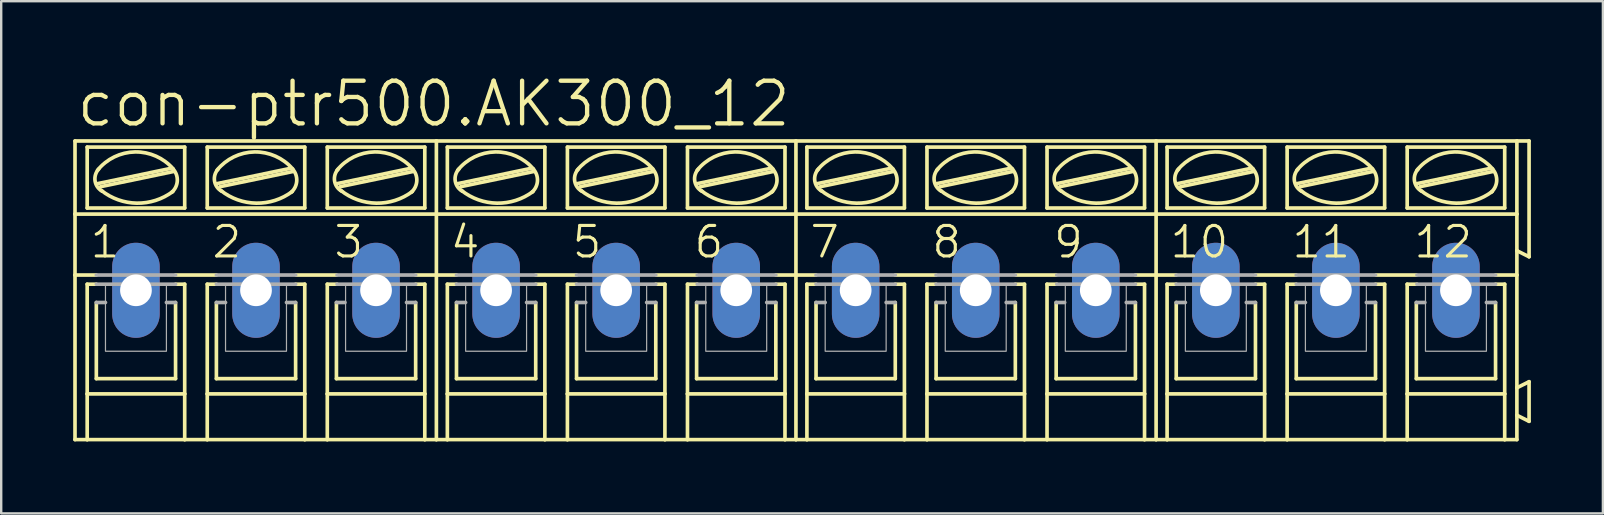
<source format=kicad_pcb>
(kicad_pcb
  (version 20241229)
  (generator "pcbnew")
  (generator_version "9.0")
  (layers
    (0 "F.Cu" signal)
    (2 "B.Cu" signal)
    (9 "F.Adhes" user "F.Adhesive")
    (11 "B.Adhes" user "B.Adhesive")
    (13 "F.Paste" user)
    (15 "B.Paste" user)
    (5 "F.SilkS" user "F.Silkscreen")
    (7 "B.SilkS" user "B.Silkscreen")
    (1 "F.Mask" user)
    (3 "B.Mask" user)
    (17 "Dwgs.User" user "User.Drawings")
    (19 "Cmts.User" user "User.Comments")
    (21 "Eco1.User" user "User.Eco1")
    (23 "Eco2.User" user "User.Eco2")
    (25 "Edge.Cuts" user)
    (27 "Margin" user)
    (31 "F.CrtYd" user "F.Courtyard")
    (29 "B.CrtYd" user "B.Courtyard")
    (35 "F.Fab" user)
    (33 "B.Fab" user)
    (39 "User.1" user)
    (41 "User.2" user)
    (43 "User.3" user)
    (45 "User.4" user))
  (footprint "con-ptr500.AK300_12"
    (layer "F.Cu")
    (at 30.124 9.049)
    (property "Reference" "con-ptr500.AK300_12" (at -30.074 -6.731 0) (layer "F.SilkS") (effects (font (size 1.778 1.778) (thickness 0.18)) (justify left bottom)))
    (attr through_hole)
    (fp_line (start -30.048 -3.175) (end -30.048 -6.223) (stroke (width 0.152) (type default)) (layer "F.SilkS"))
    (fp_line (start -30.048 -3.175) (end -14.986 -3.175) (stroke (width 0.152) (type default)) (layer "F.SilkS"))
    (fp_line (start -30.048 -0.635) (end -30.048 -3.175) (stroke (width 0.152) (type default)) (layer "F.SilkS"))
    (fp_line (start -30.048 -0.635) (end -29.159 -0.635) (stroke (width 0.152) (type default)) (layer "F.SilkS"))
    (fp_line (start -30.048 6.223) (end -30.048 -0.635) (stroke (width 0.152) (type default)) (layer "F.SilkS"))
    (fp_line (start -30.048 6.223) (end -29.54 6.223) (stroke (width 0.152) (type default)) (layer "F.SilkS"))
    (fp_line (start -29.54 -3.429) (end -29.54 -5.969) (stroke (width 0.152) (type default)) (layer "F.SilkS"))
    (fp_line (start -29.54 -0.254) (end -29.54 4.318) (stroke (width 0.152) (type default)) (layer "F.SilkS"))
    (fp_line (start -29.54 -0.254) (end -29.159 -0.254) (stroke (width 0.152) (type default)) (layer "F.SilkS"))
    (fp_line (start -29.54 4.318) (end -29.54 6.223) (stroke (width 0.152) (type default)) (layer "F.SilkS"))
    (fp_line (start -29.54 6.223) (end -25.476 6.223) (stroke (width 0.152) (type default)) (layer "F.SilkS"))
    (fp_line (start -29.159 3.683) (end -29.159 0.508) (stroke (width 0.152) (type default)) (layer "F.SilkS"))
    (fp_line (start -29.108 -4.445) (end -26.06 -5.08) (stroke (width 0.152) (type default)) (layer "F.SilkS"))
    (fp_line (start -28.981 -4.318) (end -25.933 -4.953) (stroke (width 0.152) (type default)) (layer "F.SilkS"))
    (fp_line (start -25.857 -0.635) (end -24.155 -0.635) (stroke (width 0.152) (type default)) (layer "F.SilkS"))
    (fp_line (start -25.857 3.683) (end -29.159 3.683) (stroke (width 0.152) (type default)) (layer "F.SilkS"))
    (fp_line (start -25.857 3.683) (end -25.857 0.508) (stroke (width 0.152) (type default)) (layer "F.SilkS"))
    (fp_line (start -25.476 -5.969) (end -29.54 -5.969) (stroke (width 0.152) (type default)) (layer "F.SilkS"))
    (fp_line (start -25.476 -3.429) (end -29.54 -3.429) (stroke (width 0.152) (type default)) (layer "F.SilkS"))
    (fp_line (start -25.476 -3.429) (end -25.476 -5.969) (stroke (width 0.152) (type default)) (layer "F.SilkS"))
    (fp_line (start -25.476 -0.254) (end -25.857 -0.254) (stroke (width 0.152) (type default)) (layer "F.SilkS"))
    (fp_line (start -25.476 4.318) (end -29.54 4.318) (stroke (width 0.152) (type default)) (layer "F.SilkS"))
    (fp_line (start -25.476 4.318) (end -25.476 -0.254) (stroke (width 0.152) (type default)) (layer "F.SilkS"))
    (fp_line (start -25.476 6.223) (end -25.476 4.318) (stroke (width 0.152) (type default)) (layer "F.SilkS"))
    (fp_line (start -25.476 6.223) (end -24.536 6.223) (stroke (width 0.152) (type default)) (layer "F.SilkS"))
    (fp_line (start -24.536 -5.969) (end -20.472 -5.969) (stroke (width 0.152) (type default)) (layer "F.SilkS"))
    (fp_line (start -24.536 -3.429) (end -24.536 -5.969) (stroke (width 0.152) (type default)) (layer "F.SilkS"))
    (fp_line (start -24.536 -0.254) (end -24.155 -0.254) (stroke (width 0.152) (type default)) (layer "F.SilkS"))
    (fp_line (start -24.536 4.318) (end -24.536 -0.254) (stroke (width 0.152) (type default)) (layer "F.SilkS"))
    (fp_line (start -24.536 4.318) (end -20.472 4.318) (stroke (width 0.152) (type default)) (layer "F.SilkS"))
    (fp_line (start -24.536 6.223) (end -24.536 4.318) (stroke (width 0.152) (type default)) (layer "F.SilkS"))
    (fp_line (start -24.536 6.223) (end -20.472 6.223) (stroke (width 0.152) (type default)) (layer "F.SilkS"))
    (fp_line (start -24.155 3.683) (end -24.155 0.508) (stroke (width 0.152) (type default)) (layer "F.SilkS"))
    (fp_line (start -24.13 -4.445) (end -21.082 -5.08) (stroke (width 0.152) (type default)) (layer "F.SilkS"))
    (fp_line (start -24.003 -4.318) (end -20.955 -4.953) (stroke (width 0.152) (type default)) (layer "F.SilkS"))
    (fp_line (start -20.853 3.683) (end -24.155 3.683) (stroke (width 0.152) (type default)) (layer "F.SilkS"))
    (fp_line (start -20.853 3.683) (end -20.853 0.508) (stroke (width 0.152) (type default)) (layer "F.SilkS"))
    (fp_line (start -20.828 -0.635) (end -19.152 -0.635) (stroke (width 0.152) (type default)) (layer "F.SilkS"))
    (fp_line (start -20.472 -5.969) (end -20.472 -3.429) (stroke (width 0.152) (type default)) (layer "F.SilkS"))
    (fp_line (start -20.472 -3.429) (end -24.536 -3.429) (stroke (width 0.152) (type default)) (layer "F.SilkS"))
    (fp_line (start -20.472 -0.254) (end -20.853 -0.254) (stroke (width 0.152) (type default)) (layer "F.SilkS"))
    (fp_line (start -20.472 -0.254) (end -20.472 4.318) (stroke (width 0.152) (type default)) (layer "F.SilkS"))
    (fp_line (start -20.472 4.318) (end -20.472 6.223) (stroke (width 0.152) (type default)) (layer "F.SilkS"))
    (fp_line (start -20.472 6.223) (end -19.533 6.223) (stroke (width 0.152) (type default)) (layer "F.SilkS"))
    (fp_line (start -19.533 -5.969) (end -15.469 -5.969) (stroke (width 0.152) (type default)) (layer "F.SilkS"))
    (fp_line (start -19.533 -3.429) (end -19.533 -5.969) (stroke (width 0.152) (type default)) (layer "F.SilkS"))
    (fp_line (start -19.533 -0.254) (end -19.126 -0.254) (stroke (width 0.152) (type default)) (layer "F.SilkS"))
    (fp_line (start -19.533 4.318) (end -19.533 -0.254) (stroke (width 0.152) (type default)) (layer "F.SilkS"))
    (fp_line (start -19.533 4.318) (end -15.469 4.318) (stroke (width 0.152) (type default)) (layer "F.SilkS"))
    (fp_line (start -19.533 6.223) (end -19.533 4.318) (stroke (width 0.152) (type default)) (layer "F.SilkS"))
    (fp_line (start -19.533 6.223) (end -15.469 6.223) (stroke (width 0.152) (type default)) (layer "F.SilkS"))
    (fp_line (start -19.152 3.683) (end -19.152 0.508) (stroke (width 0.152) (type default)) (layer "F.SilkS"))
    (fp_line (start -19.126 -4.445) (end -16.078 -5.08) (stroke (width 0.152) (type default)) (layer "F.SilkS"))
    (fp_line (start -18.999 -4.318) (end -15.951 -4.953) (stroke (width 0.152) (type default)) (layer "F.SilkS"))
    (fp_line (start -15.85 3.683) (end -19.152 3.683) (stroke (width 0.152) (type default)) (layer "F.SilkS"))
    (fp_line (start -15.85 3.683) (end -15.85 0.508) (stroke (width 0.152) (type default)) (layer "F.SilkS"))
    (fp_line (start -15.469 -5.969) (end -15.469 -3.429) (stroke (width 0.152) (type default)) (layer "F.SilkS"))
    (fp_line (start -15.469 -3.429) (end -19.533 -3.429) (stroke (width 0.152) (type default)) (layer "F.SilkS"))
    (fp_line (start -15.469 -0.254) (end -15.85 -0.254) (stroke (width 0.152) (type default)) (layer "F.SilkS"))
    (fp_line (start -15.469 -0.254) (end -15.469 4.318) (stroke (width 0.152) (type default)) (layer "F.SilkS"))
    (fp_line (start -15.469 4.318) (end -15.469 6.223) (stroke (width 0.152) (type default)) (layer "F.SilkS"))
    (fp_line (start -15.469 6.223) (end -14.986 6.223) (stroke (width 0.152) (type default)) (layer "F.SilkS"))
    (fp_line (start -14.986 -6.223) (end -30.048 -6.223) (stroke (width 0.152) (type default)) (layer "F.SilkS"))
    (fp_line (start -14.986 -3.175) (end -14.986 -6.223) (stroke (width 0.152) (type default)) (layer "F.SilkS"))
    (fp_line (start -14.986 -3.175) (end 0 -3.175) (stroke (width 0.152) (type default)) (layer "F.SilkS"))
    (fp_line (start -14.986 -0.635) (end -15.85 -0.635) (stroke (width 0.152) (type default)) (layer "F.SilkS"))
    (fp_line (start -14.986 -0.635) (end -14.986 -3.175) (stroke (width 0.152) (type default)) (layer "F.SilkS"))
    (fp_line (start -14.986 -0.635) (end -14.148 -0.635) (stroke (width 0.152) (type default)) (layer "F.SilkS"))
    (fp_line (start -14.986 6.223) (end -14.986 -0.635) (stroke (width 0.152) (type default)) (layer "F.SilkS"))
    (fp_line (start -14.986 6.223) (end -14.529 6.223) (stroke (width 0.152) (type default)) (layer "F.SilkS"))
    (fp_line (start -14.529 -3.429) (end -14.529 -5.969) (stroke (width 0.152) (type default)) (layer "F.SilkS"))
    (fp_line (start -14.529 -0.254) (end -14.529 4.318) (stroke (width 0.152) (type default)) (layer "F.SilkS"))
    (fp_line (start -14.529 -0.254) (end -14.148 -0.254) (stroke (width 0.152) (type default)) (layer "F.SilkS"))
    (fp_line (start -14.529 4.318) (end -14.529 6.223) (stroke (width 0.152) (type default)) (layer "F.SilkS"))
    (fp_line (start -14.529 6.223) (end -10.465 6.223) (stroke (width 0.152) (type default)) (layer "F.SilkS"))
    (fp_line (start -14.148 3.683) (end -14.148 0.508) (stroke (width 0.152) (type default)) (layer "F.SilkS"))
    (fp_line (start -14.097 -4.445) (end -11.049 -5.08) (stroke (width 0.152) (type default)) (layer "F.SilkS"))
    (fp_line (start -13.97 -4.318) (end -10.922 -4.953) (stroke (width 0.152) (type default)) (layer "F.SilkS"))
    (fp_line (start -10.846 -0.635) (end -9.144 -0.635) (stroke (width 0.152) (type default)) (layer "F.SilkS"))
    (fp_line (start -10.846 3.683) (end -14.148 3.683) (stroke (width 0.152) (type default)) (layer "F.SilkS"))
    (fp_line (start -10.846 3.683) (end -10.846 0.508) (stroke (width 0.152) (type default)) (layer "F.SilkS"))
    (fp_line (start -10.465 -5.969) (end -14.529 -5.969) (stroke (width 0.152) (type default)) (layer "F.SilkS"))
    (fp_line (start -10.465 -3.429) (end -14.529 -3.429) (stroke (width 0.152) (type default)) (layer "F.SilkS"))
    (fp_line (start -10.465 -3.429) (end -10.465 -5.969) (stroke (width 0.152) (type default)) (layer "F.SilkS"))
    (fp_line (start -10.465 -0.254) (end -10.846 -0.254) (stroke (width 0.152) (type default)) (layer "F.SilkS"))
    (fp_line (start -10.465 4.318) (end -14.529 4.318) (stroke (width 0.152) (type default)) (layer "F.SilkS"))
    (fp_line (start -10.465 4.318) (end -10.465 -0.254) (stroke (width 0.152) (type default)) (layer "F.SilkS"))
    (fp_line (start -10.465 6.223) (end -10.465 4.318) (stroke (width 0.152) (type default)) (layer "F.SilkS"))
    (fp_line (start -10.465 6.223) (end -9.525 6.223) (stroke (width 0.152) (type default)) (layer "F.SilkS"))
    (fp_line (start -9.525 -5.969) (end -5.461 -5.969) (stroke (width 0.152) (type default)) (layer "F.SilkS"))
    (fp_line (start -9.525 -3.429) (end -9.525 -5.969) (stroke (width 0.152) (type default)) (layer "F.SilkS"))
    (fp_line (start -9.525 -0.254) (end -9.144 -0.254) (stroke (width 0.152) (type default)) (layer "F.SilkS"))
    (fp_line (start -9.525 4.318) (end -9.525 -0.254) (stroke (width 0.152) (type default)) (layer "F.SilkS"))
    (fp_line (start -9.525 4.318) (end -5.461 4.318) (stroke (width 0.152) (type default)) (layer "F.SilkS"))
    (fp_line (start -9.525 6.223) (end -9.525 4.318) (stroke (width 0.152) (type default)) (layer "F.SilkS"))
    (fp_line (start -9.525 6.223) (end -5.461 6.223) (stroke (width 0.152) (type default)) (layer "F.SilkS"))
    (fp_line (start -9.144 3.683) (end -9.144 0.508) (stroke (width 0.152) (type default)) (layer "F.SilkS"))
    (fp_line (start -9.119 -4.445) (end -6.071 -5.08) (stroke (width 0.152) (type default)) (layer "F.SilkS"))
    (fp_line (start -8.992 -4.318) (end -5.944 -4.953) (stroke (width 0.152) (type default)) (layer "F.SilkS"))
    (fp_line (start -5.842 3.683) (end -9.144 3.683) (stroke (width 0.152) (type default)) (layer "F.SilkS"))
    (fp_line (start -5.842 3.683) (end -5.842 0.508) (stroke (width 0.152) (type default)) (layer "F.SilkS"))
    (fp_line (start -5.817 -0.635) (end -4.14 -0.635) (stroke (width 0.152) (type default)) (layer "F.SilkS"))
    (fp_line (start -5.461 -5.969) (end -5.461 -3.429) (stroke (width 0.152) (type default)) (layer "F.SilkS"))
    (fp_line (start -5.461 -3.429) (end -9.525 -3.429) (stroke (width 0.152) (type default)) (layer "F.SilkS"))
    (fp_line (start -5.461 -0.254) (end -5.842 -0.254) (stroke (width 0.152) (type default)) (layer "F.SilkS"))
    (fp_line (start -5.461 -0.254) (end -5.461 4.318) (stroke (width 0.152) (type default)) (layer "F.SilkS"))
    (fp_line (start -5.461 4.318) (end -5.461 6.223) (stroke (width 0.152) (type default)) (layer "F.SilkS"))
    (fp_line (start -5.461 6.223) (end -4.521 6.223) (stroke (width 0.152) (type default)) (layer "F.SilkS"))
    (fp_line (start -4.521 -5.969) (end -0.457 -5.969) (stroke (width 0.152) (type default)) (layer "F.SilkS"))
    (fp_line (start -4.521 -3.429) (end -4.521 -5.969) (stroke (width 0.152) (type default)) (layer "F.SilkS"))
    (fp_line (start -4.521 -0.254) (end -4.115 -0.254) (stroke (width 0.152) (type default)) (layer "F.SilkS"))
    (fp_line (start -4.521 4.318) (end -4.521 -0.254) (stroke (width 0.152) (type default)) (layer "F.SilkS"))
    (fp_line (start -4.521 4.318) (end -0.457 4.318) (stroke (width 0.152) (type default)) (layer "F.SilkS"))
    (fp_line (start -4.521 6.223) (end -4.521 4.318) (stroke (width 0.152) (type default)) (layer "F.SilkS"))
    (fp_line (start -4.521 6.223) (end -0.457 6.223) (stroke (width 0.152) (type default)) (layer "F.SilkS"))
    (fp_line (start -4.14 3.683) (end -4.14 0.508) (stroke (width 0.152) (type default)) (layer "F.SilkS"))
    (fp_line (start -4.115 -4.445) (end -1.067 -5.08) (stroke (width 0.152) (type default)) (layer "F.SilkS"))
    (fp_line (start -3.988 -4.318) (end -0.94 -4.953) (stroke (width 0.152) (type default)) (layer "F.SilkS"))
    (fp_line (start -0.838 3.683) (end -4.14 3.683) (stroke (width 0.152) (type default)) (layer "F.SilkS"))
    (fp_line (start -0.838 3.683) (end -0.838 0.508) (stroke (width 0.152) (type default)) (layer "F.SilkS"))
    (fp_line (start -0.457 -5.969) (end -0.457 -3.429) (stroke (width 0.152) (type default)) (layer "F.SilkS"))
    (fp_line (start -0.457 -3.429) (end -4.521 -3.429) (stroke (width 0.152) (type default)) (layer "F.SilkS"))
    (fp_line (start -0.457 -0.254) (end -0.838 -0.254) (stroke (width 0.152) (type default)) (layer "F.SilkS"))
    (fp_line (start -0.457 -0.254) (end -0.457 4.318) (stroke (width 0.152) (type default)) (layer "F.SilkS"))
    (fp_line (start -0.457 4.318) (end -0.457 6.223) (stroke (width 0.152) (type default)) (layer "F.SilkS"))
    (fp_line (start -0.457 6.223) (end 0 6.223) (stroke (width 0.152) (type default)) (layer "F.SilkS"))
    (fp_line (start 0 -6.223) (end -14.986 -6.223) (stroke (width 0.152) (type default)) (layer "F.SilkS"))
    (fp_line (start 0 -3.175) (end 0 -6.223) (stroke (width 0.152) (type default)) (layer "F.SilkS"))
    (fp_line (start 0 -3.175) (end 15.011 -3.175) (stroke (width 0.152) (type default)) (layer "F.SilkS"))
    (fp_line (start 0 -0.635) (end -0.838 -0.635) (stroke (width 0.152) (type default)) (layer "F.SilkS"))
    (fp_line (start 0 -0.635) (end 0 -3.175) (stroke (width 0.152) (type default)) (layer "F.SilkS"))
    (fp_line (start 0 -0.635) (end 0.838 -0.635) (stroke (width 0.152) (type default)) (layer "F.SilkS"))
    (fp_line (start 0 6.223) (end 0 -0.635) (stroke (width 0.152) (type default)) (layer "F.SilkS"))
    (fp_line (start 0 6.223) (end 0.457 6.223) (stroke (width 0.152) (type default)) (layer "F.SilkS"))
    (fp_line (start 0.457 -3.429) (end 0.457 -5.969) (stroke (width 0.152) (type default)) (layer "F.SilkS"))
    (fp_line (start 0.457 -0.254) (end 0.457 4.318) (stroke (width 0.152) (type default)) (layer "F.SilkS"))
    (fp_line (start 0.457 -0.254) (end 0.838 -0.254) (stroke (width 0.152) (type default)) (layer "F.SilkS"))
    (fp_line (start 0.457 4.318) (end 0.457 6.223) (stroke (width 0.152) (type default)) (layer "F.SilkS"))
    (fp_line (start 0.457 6.223) (end 4.521 6.223) (stroke (width 0.152) (type default)) (layer "F.SilkS"))
    (fp_line (start 0.838 3.683) (end 0.838 0.508) (stroke (width 0.152) (type default)) (layer "F.SilkS"))
    (fp_line (start 0.889 -4.445) (end 3.937 -5.08) (stroke (width 0.152) (type default)) (layer "F.SilkS"))
    (fp_line (start 1.016 -4.318) (end 4.064 -4.953) (stroke (width 0.152) (type default)) (layer "F.SilkS"))
    (fp_line (start 4.14 -0.635) (end 5.842 -0.635) (stroke (width 0.152) (type default)) (layer "F.SilkS"))
    (fp_line (start 4.14 3.683) (end 0.838 3.683) (stroke (width 0.152) (type default)) (layer "F.SilkS"))
    (fp_line (start 4.14 3.683) (end 4.14 0.508) (stroke (width 0.152) (type default)) (layer "F.SilkS"))
    (fp_line (start 4.521 -5.969) (end 0.457 -5.969) (stroke (width 0.152) (type default)) (layer "F.SilkS"))
    (fp_line (start 4.521 -3.429) (end 0.457 -3.429) (stroke (width 0.152) (type default)) (layer "F.SilkS"))
    (fp_line (start 4.521 -3.429) (end 4.521 -5.969) (stroke (width 0.152) (type default)) (layer "F.SilkS"))
    (fp_line (start 4.521 -0.254) (end 4.14 -0.254) (stroke (width 0.152) (type default)) (layer "F.SilkS"))
    (fp_line (start 4.521 4.318) (end 0.457 4.318) (stroke (width 0.152) (type default)) (layer "F.SilkS"))
    (fp_line (start 4.521 4.318) (end 4.521 -0.254) (stroke (width 0.152) (type default)) (layer "F.SilkS"))
    (fp_line (start 4.521 6.223) (end 4.521 4.318) (stroke (width 0.152) (type default)) (layer "F.SilkS"))
    (fp_line (start 4.521 6.223) (end 5.461 6.223) (stroke (width 0.152) (type default)) (layer "F.SilkS"))
    (fp_line (start 5.461 -5.969) (end 9.525 -5.969) (stroke (width 0.152) (type default)) (layer "F.SilkS"))
    (fp_line (start 5.461 -3.429) (end 5.461 -5.969) (stroke (width 0.152) (type default)) (layer "F.SilkS"))
    (fp_line (start 5.461 -0.254) (end 5.842 -0.254) (stroke (width 0.152) (type default)) (layer "F.SilkS"))
    (fp_line (start 5.461 4.318) (end 5.461 -0.254) (stroke (width 0.152) (type default)) (layer "F.SilkS"))
    (fp_line (start 5.461 4.318) (end 9.525 4.318) (stroke (width 0.152) (type default)) (layer "F.SilkS"))
    (fp_line (start 5.461 6.223) (end 5.461 4.318) (stroke (width 0.152) (type default)) (layer "F.SilkS"))
    (fp_line (start 5.461 6.223) (end 9.525 6.223) (stroke (width 0.152) (type default)) (layer "F.SilkS"))
    (fp_line (start 5.842 3.683) (end 5.842 0.508) (stroke (width 0.152) (type default)) (layer "F.SilkS"))
    (fp_line (start 5.867 -4.445) (end 8.915 -5.08) (stroke (width 0.152) (type default)) (layer "F.SilkS"))
    (fp_line (start 5.994 -4.318) (end 9.042 -4.953) (stroke (width 0.152) (type default)) (layer "F.SilkS"))
    (fp_line (start 9.144 3.683) (end 5.842 3.683) (stroke (width 0.152) (type default)) (layer "F.SilkS"))
    (fp_line (start 9.144 3.683) (end 9.144 0.508) (stroke (width 0.152) (type default)) (layer "F.SilkS"))
    (fp_line (start 9.169 -0.635) (end 10.846 -0.635) (stroke (width 0.152) (type default)) (layer "F.SilkS"))
    (fp_line (start 9.525 -5.969) (end 9.525 -3.429) (stroke (width 0.152) (type default)) (layer "F.SilkS"))
    (fp_line (start 9.525 -3.429) (end 5.461 -3.429) (stroke (width 0.152) (type default)) (layer "F.SilkS"))
    (fp_line (start 9.525 -0.254) (end 9.144 -0.254) (stroke (width 0.152) (type default)) (layer "F.SilkS"))
    (fp_line (start 9.525 -0.254) (end 9.525 4.318) (stroke (width 0.152) (type default)) (layer "F.SilkS"))
    (fp_line (start 9.525 4.318) (end 9.525 6.223) (stroke (width 0.152) (type default)) (layer "F.SilkS"))
    (fp_line (start 9.525 6.223) (end 10.465 6.223) (stroke (width 0.152) (type default)) (layer "F.SilkS"))
    (fp_line (start 10.465 -5.969) (end 14.529 -5.969) (stroke (width 0.152) (type default)) (layer "F.SilkS"))
    (fp_line (start 10.465 -3.429) (end 10.465 -5.969) (stroke (width 0.152) (type default)) (layer "F.SilkS"))
    (fp_line (start 10.465 -0.254) (end 10.871 -0.254) (stroke (width 0.152) (type default)) (layer "F.SilkS"))
    (fp_line (start 10.465 4.318) (end 10.465 -0.254) (stroke (width 0.152) (type default)) (layer "F.SilkS"))
    (fp_line (start 10.465 4.318) (end 14.529 4.318) (stroke (width 0.152) (type default)) (layer "F.SilkS"))
    (fp_line (start 10.465 6.223) (end 10.465 4.318) (stroke (width 0.152) (type default)) (layer "F.SilkS"))
    (fp_line (start 10.465 6.223) (end 14.529 6.223) (stroke (width 0.152) (type default)) (layer "F.SilkS"))
    (fp_line (start 10.846 3.683) (end 10.846 0.508) (stroke (width 0.152) (type default)) (layer "F.SilkS"))
    (fp_line (start 10.871 -4.445) (end 13.919 -5.08) (stroke (width 0.152) (type default)) (layer "F.SilkS"))
    (fp_line (start 10.998 -4.318) (end 14.046 -4.953) (stroke (width 0.152) (type default)) (layer "F.SilkS"))
    (fp_line (start 14.148 3.683) (end 10.846 3.683) (stroke (width 0.152) (type default)) (layer "F.SilkS"))
    (fp_line (start 14.148 3.683) (end 14.148 0.508) (stroke (width 0.152) (type default)) (layer "F.SilkS"))
    (fp_line (start 14.529 -5.969) (end 14.529 -3.429) (stroke (width 0.152) (type default)) (layer "F.SilkS"))
    (fp_line (start 14.529 -3.429) (end 10.465 -3.429) (stroke (width 0.152) (type default)) (layer "F.SilkS"))
    (fp_line (start 14.529 -0.254) (end 14.148 -0.254) (stroke (width 0.152) (type default)) (layer "F.SilkS"))
    (fp_line (start 14.529 -0.254) (end 14.529 4.318) (stroke (width 0.152) (type default)) (layer "F.SilkS"))
    (fp_line (start 14.529 4.318) (end 14.529 6.223) (stroke (width 0.152) (type default)) (layer "F.SilkS"))
    (fp_line (start 14.529 6.223) (end 15.011 6.223) (stroke (width 0.152) (type default)) (layer "F.SilkS"))
    (fp_line (start 15.011 -6.223) (end 0 -6.223) (stroke (width 0.152) (type default)) (layer "F.SilkS"))
    (fp_line (start 15.011 -3.175) (end 15.011 -6.223) (stroke (width 0.152) (type default)) (layer "F.SilkS"))
    (fp_line (start 15.011 -3.175) (end 30.048 -3.175) (stroke (width 0.152) (type default)) (layer "F.SilkS"))
    (fp_line (start 15.011 -0.635) (end 14.148 -0.635) (stroke (width 0.152) (type default)) (layer "F.SilkS"))
    (fp_line (start 15.011 -0.635) (end 15.011 -3.175) (stroke (width 0.152) (type default)) (layer "F.SilkS"))
    (fp_line (start 15.011 -0.635) (end 15.85 -0.635) (stroke (width 0.152) (type default)) (layer "F.SilkS"))
    (fp_line (start 15.011 6.223) (end 15.011 -0.635) (stroke (width 0.152) (type default)) (layer "F.SilkS"))
    (fp_line (start 15.011 6.223) (end 15.469 6.223) (stroke (width 0.152) (type default)) (layer "F.SilkS"))
    (fp_line (start 15.469 -3.429) (end 15.469 -5.969) (stroke (width 0.152) (type default)) (layer "F.SilkS"))
    (fp_line (start 15.469 -0.254) (end 15.469 4.318) (stroke (width 0.152) (type default)) (layer "F.SilkS"))
    (fp_line (start 15.469 -0.254) (end 15.85 -0.254) (stroke (width 0.152) (type default)) (layer "F.SilkS"))
    (fp_line (start 15.469 4.318) (end 15.469 6.223) (stroke (width 0.152) (type default)) (layer "F.SilkS"))
    (fp_line (start 15.469 6.223) (end 19.533 6.223) (stroke (width 0.152) (type default)) (layer "F.SilkS"))
    (fp_line (start 15.85 3.683) (end 15.85 0.508) (stroke (width 0.152) (type default)) (layer "F.SilkS"))
    (fp_line (start 15.9 -4.445) (end 18.948 -5.08) (stroke (width 0.152) (type default)) (layer "F.SilkS"))
    (fp_line (start 16.027 -4.318) (end 19.075 -4.953) (stroke (width 0.152) (type default)) (layer "F.SilkS"))
    (fp_line (start 19.152 -0.635) (end 20.853 -0.635) (stroke (width 0.152) (type default)) (layer "F.SilkS"))
    (fp_line (start 19.152 3.683) (end 15.85 3.683) (stroke (width 0.152) (type default)) (layer "F.SilkS"))
    (fp_line (start 19.152 3.683) (end 19.152 0.508) (stroke (width 0.152) (type default)) (layer "F.SilkS"))
    (fp_line (start 19.533 -5.969) (end 15.469 -5.969) (stroke (width 0.152) (type default)) (layer "F.SilkS"))
    (fp_line (start 19.533 -3.429) (end 15.469 -3.429) (stroke (width 0.152) (type default)) (layer "F.SilkS"))
    (fp_line (start 19.533 -3.429) (end 19.533 -5.969) (stroke (width 0.152) (type default)) (layer "F.SilkS"))
    (fp_line (start 19.533 -0.254) (end 19.152 -0.254) (stroke (width 0.152) (type default)) (layer "F.SilkS"))
    (fp_line (start 19.533 4.318) (end 15.469 4.318) (stroke (width 0.152) (type default)) (layer "F.SilkS"))
    (fp_line (start 19.533 4.318) (end 19.533 -0.254) (stroke (width 0.152) (type default)) (layer "F.SilkS"))
    (fp_line (start 19.533 6.223) (end 19.533 4.318) (stroke (width 0.152) (type default)) (layer "F.SilkS"))
    (fp_line (start 19.533 6.223) (end 20.472 6.223) (stroke (width 0.152) (type default)) (layer "F.SilkS"))
    (fp_line (start 20.472 -5.969) (end 24.536 -5.969) (stroke (width 0.152) (type default)) (layer "F.SilkS"))
    (fp_line (start 20.472 -3.429) (end 20.472 -5.969) (stroke (width 0.152) (type default)) (layer "F.SilkS"))
    (fp_line (start 20.472 -0.254) (end 20.853 -0.254) (stroke (width 0.152) (type default)) (layer "F.SilkS"))
    (fp_line (start 20.472 4.318) (end 20.472 -0.254) (stroke (width 0.152) (type default)) (layer "F.SilkS"))
    (fp_line (start 20.472 4.318) (end 24.536 4.318) (stroke (width 0.152) (type default)) (layer "F.SilkS"))
    (fp_line (start 20.472 6.223) (end 20.472 4.318) (stroke (width 0.152) (type default)) (layer "F.SilkS"))
    (fp_line (start 20.472 6.223) (end 24.536 6.223) (stroke (width 0.152) (type default)) (layer "F.SilkS"))
    (fp_line (start 20.853 3.683) (end 20.853 0.508) (stroke (width 0.152) (type default)) (layer "F.SilkS"))
    (fp_line (start 20.879 -4.445) (end 23.927 -5.08) (stroke (width 0.152) (type default)) (layer "F.SilkS"))
    (fp_line (start 21.006 -4.318) (end 24.054 -4.953) (stroke (width 0.152) (type default)) (layer "F.SilkS"))
    (fp_line (start 24.155 3.683) (end 20.853 3.683) (stroke (width 0.152) (type default)) (layer "F.SilkS"))
    (fp_line (start 24.155 3.683) (end 24.155 0.508) (stroke (width 0.152) (type default)) (layer "F.SilkS"))
    (fp_line (start 24.181 -0.635) (end 25.857 -0.635) (stroke (width 0.152) (type default)) (layer "F.SilkS"))
    (fp_line (start 24.536 -5.969) (end 24.536 -3.429) (stroke (width 0.152) (type default)) (layer "F.SilkS"))
    (fp_line (start 24.536 -3.429) (end 20.472 -3.429) (stroke (width 0.152) (type default)) (layer "F.SilkS"))
    (fp_line (start 24.536 -0.254) (end 24.155 -0.254) (stroke (width 0.152) (type default)) (layer "F.SilkS"))
    (fp_line (start 24.536 -0.254) (end 24.536 4.318) (stroke (width 0.152) (type default)) (layer "F.SilkS"))
    (fp_line (start 24.536 4.318) (end 24.536 6.223) (stroke (width 0.152) (type default)) (layer "F.SilkS"))
    (fp_line (start 24.536 6.223) (end 25.476 6.223) (stroke (width 0.152) (type default)) (layer "F.SilkS"))
    (fp_line (start 25.476 -5.969) (end 29.54 -5.969) (stroke (width 0.152) (type default)) (layer "F.SilkS"))
    (fp_line (start 25.476 -3.429) (end 25.476 -5.969) (stroke (width 0.152) (type default)) (layer "F.SilkS"))
    (fp_line (start 25.476 -0.254) (end 25.883 -0.254) (stroke (width 0.152) (type default)) (layer "F.SilkS"))
    (fp_line (start 25.476 4.318) (end 25.476 -0.254) (stroke (width 0.152) (type default)) (layer "F.SilkS"))
    (fp_line (start 25.476 4.318) (end 29.54 4.318) (stroke (width 0.152) (type default)) (layer "F.SilkS"))
    (fp_line (start 25.476 6.223) (end 25.476 4.318) (stroke (width 0.152) (type default)) (layer "F.SilkS"))
    (fp_line (start 25.476 6.223) (end 29.54 6.223) (stroke (width 0.152) (type default)) (layer "F.SilkS"))
    (fp_line (start 25.857 3.683) (end 25.857 0.508) (stroke (width 0.152) (type default)) (layer "F.SilkS"))
    (fp_line (start 25.883 -4.445) (end 28.931 -5.08) (stroke (width 0.152) (type default)) (layer "F.SilkS"))
    (fp_line (start 26.01 -4.318) (end 29.058 -4.953) (stroke (width 0.152) (type default)) (layer "F.SilkS"))
    (fp_line (start 29.159 3.683) (end 25.857 3.683) (stroke (width 0.152) (type default)) (layer "F.SilkS"))
    (fp_line (start 29.159 3.683) (end 29.159 0.508) (stroke (width 0.152) (type default)) (layer "F.SilkS"))
    (fp_line (start 29.54 -5.969) (end 29.54 -3.429) (stroke (width 0.152) (type default)) (layer "F.SilkS"))
    (fp_line (start 29.54 -3.429) (end 25.476 -3.429) (stroke (width 0.152) (type default)) (layer "F.SilkS"))
    (fp_line (start 29.54 -0.254) (end 29.159 -0.254) (stroke (width 0.152) (type default)) (layer "F.SilkS"))
    (fp_line (start 29.54 -0.254) (end 29.54 4.318) (stroke (width 0.152) (type default)) (layer "F.SilkS"))
    (fp_line (start 29.54 4.318) (end 29.54 6.223) (stroke (width 0.152) (type default)) (layer "F.SilkS"))
    (fp_line (start 29.54 6.223) (end 30.048 6.223) (stroke (width 0.152) (type default)) (layer "F.SilkS"))
    (fp_line (start 30.048 -6.223) (end 15.011 -6.223) (stroke (width 0.152) (type default)) (layer "F.SilkS"))
    (fp_line (start 30.048 -6.223) (end 30.048 -3.175) (stroke (width 0.152) (type default)) (layer "F.SilkS"))
    (fp_line (start 30.048 -6.223) (end 30.556 -6.223) (stroke (width 0.152) (type default)) (layer "F.SilkS"))
    (fp_line (start 30.048 -3.175) (end 30.048 -1.651) (stroke (width 0.152) (type default)) (layer "F.SilkS"))
    (fp_line (start 30.048 -1.651) (end 30.048 -0.635) (stroke (width 0.152) (type default)) (layer "F.SilkS"))
    (fp_line (start 30.048 -0.635) (end 29.159 -0.635) (stroke (width 0.152) (type default)) (layer "F.SilkS"))
    (fp_line (start 30.048 -0.635) (end 30.048 4.064) (stroke (width 0.152) (type default)) (layer "F.SilkS"))
    (fp_line (start 30.048 4.064) (end 30.048 5.207) (stroke (width 0.152) (type default)) (layer "F.SilkS"))
    (fp_line (start 30.048 5.207) (end 30.048 6.223) (stroke (width 0.152) (type default)) (layer "F.SilkS"))
    (fp_line (start 30.556 -6.223) (end 30.556 -1.397) (stroke (width 0.152) (type default)) (layer "F.SilkS"))
    (fp_line (start 30.556 -1.397) (end 30.048 -1.651) (stroke (width 0.152) (type default)) (layer "F.SilkS"))
    (fp_line (start 30.556 3.81) (end 30.048 4.064) (stroke (width 0.152) (type default)) (layer "F.SilkS"))
    (fp_line (start 30.556 3.81) (end 30.556 5.461) (stroke (width 0.152) (type default)) (layer "F.SilkS"))
    (fp_line (start 30.556 5.461) (end 30.048 5.207) (stroke (width 0.152) (type default)) (layer "F.SilkS"))
    (fp_arc (start -29.1084 -5.0038) (mid -27.544027 -5.766949) (end -25.954 -5.0588) (stroke (width 0.1524) (type default)) (layer "F.SilkS"))
    (fp_arc (start -28.9139 -4.1297) (mid -29.211824 -4.557025) (end -29.0576 -5.0546) (stroke (width 0.1524) (type default)) (layer "F.SilkS"))
    (fp_arc (start -25.9682 -4.1188) (mid -27.470103 -3.631243) (end -28.956 -4.1656) (stroke (width 0.1524) (type default)) (layer "F.SilkS"))
    (fp_arc (start -25.9589 -5.0545) (mid -25.78454 -4.558084) (end -26.0146 -4.0849) (stroke (width 0.1524) (type default)) (layer "F.SilkS"))
    (fp_arc (start -24.13 -5.0038) (mid -22.565627 -5.766949) (end -20.9756 -5.0588) (stroke (width 0.1524) (type default)) (layer "F.SilkS"))
    (fp_arc (start -23.9355 -4.1297) (mid -24.233424 -4.557025) (end -24.0792 -5.0546) (stroke (width 0.1524) (type default)) (layer "F.SilkS"))
    (fp_arc (start -20.9898 -4.1188) (mid -22.491703 -3.631243) (end -23.9776 -4.1656) (stroke (width 0.1524) (type default)) (layer "F.SilkS"))
    (fp_arc (start -20.9805 -5.0545) (mid -20.80614 -4.558084) (end -21.0362 -4.0849) (stroke (width 0.1524) (type default)) (layer "F.SilkS"))
    (fp_arc (start -19.1262 -5.0038) (mid -17.561827 -5.766949) (end -15.9718 -5.0588) (stroke (width 0.1524) (type default)) (layer "F.SilkS"))
    (fp_arc (start -18.9317 -4.1297) (mid -19.229624 -4.557025) (end -19.0754 -5.0546) (stroke (width 0.1524) (type default)) (layer "F.SilkS"))
    (fp_arc (start -15.986 -4.1188) (mid -17.487903 -3.631243) (end -18.9738 -4.1656) (stroke (width 0.1524) (type default)) (layer "F.SilkS"))
    (fp_arc (start -15.9767 -5.0545) (mid -15.80234 -4.558084) (end -16.0324 -4.0849) (stroke (width 0.1524) (type default)) (layer "F.SilkS"))
    (fp_arc (start -14.097 -5.0038) (mid -12.532627 -5.766949) (end -10.9426 -5.0588) (stroke (width 0.1524) (type default)) (layer "F.SilkS"))
    (fp_arc (start -13.9025 -4.1297) (mid -14.200424 -4.557025) (end -14.0462 -5.0546) (stroke (width 0.1524) (type default)) (layer "F.SilkS"))
    (fp_arc (start -10.9568 -4.1188) (mid -12.458703 -3.631243) (end -13.9446 -4.1656) (stroke (width 0.1524) (type default)) (layer "F.SilkS"))
    (fp_arc (start -10.9475 -5.0545) (mid -10.77314 -4.558084) (end -11.0032 -4.0849) (stroke (width 0.1524) (type default)) (layer "F.SilkS"))
    (fp_arc (start -9.1186 -5.0038) (mid -7.554227 -5.766949) (end -5.9642 -5.0588) (stroke (width 0.1524) (type default)) (layer "F.SilkS"))
    (fp_arc (start -8.9241 -4.1297) (mid -9.222024 -4.557025) (end -9.0678 -5.0546) (stroke (width 0.1524) (type default)) (layer "F.SilkS"))
    (fp_arc (start -5.9784 -4.1188) (mid -7.480303 -3.631243) (end -8.9662 -4.1656) (stroke (width 0.1524) (type default)) (layer "F.SilkS"))
    (fp_arc (start -5.9691 -5.0545) (mid -5.79474 -4.558084) (end -6.0248 -4.0849) (stroke (width 0.1524) (type default)) (layer "F.SilkS"))
    (fp_arc (start -4.1148 -5.0038) (mid -2.550427 -5.766949) (end -0.9604 -5.0588) (stroke (width 0.1524) (type default)) (layer "F.SilkS"))
    (fp_arc (start -3.9203 -4.1297) (mid -4.218224 -4.557025) (end -4.064 -5.0546) (stroke (width 0.1524) (type default)) (layer "F.SilkS"))
    (fp_arc (start -0.9746 -4.1188) (mid -2.476503 -3.631243) (end -3.9624 -4.1656) (stroke (width 0.1524) (type default)) (layer "F.SilkS"))
    (fp_arc (start -0.9653 -5.0545) (mid -0.79094 -4.558084) (end -1.021 -4.0849) (stroke (width 0.1524) (type default)) (layer "F.SilkS"))
    (fp_arc (start 0.889 -5.0038) (mid 2.45332 -5.766808) (end 4.0432 -5.0586) (stroke (width 0.1524) (type default)) (layer "F.SilkS"))
    (fp_arc (start 1.0835 -4.1297) (mid 0.785576 -4.557025) (end 0.9398 -5.0546) (stroke (width 0.1524) (type default)) (layer "F.SilkS"))
    (fp_arc (start 4.0292 -4.1189) (mid 2.527313 -3.631282) (end 1.0414 -4.1656) (stroke (width 0.1524) (type default)) (layer "F.SilkS"))
    (fp_arc (start 4.0385 -5.0545) (mid 4.21286 -4.558084) (end 3.9828 -4.0849) (stroke (width 0.1524) (type default)) (layer "F.SilkS"))
    (fp_arc (start 5.8674 -5.0038) (mid 7.43172 -5.766808) (end 9.0216 -5.0586) (stroke (width 0.1524) (type default)) (layer "F.SilkS"))
    (fp_arc (start 6.0619 -4.1297) (mid 5.763976 -4.557025) (end 5.9182 -5.0546) (stroke (width 0.1524) (type default)) (layer "F.SilkS"))
    (fp_arc (start 9.0076 -4.1189) (mid 7.505713 -3.631282) (end 6.0198 -4.1656) (stroke (width 0.1524) (type default)) (layer "F.SilkS"))
    (fp_arc (start 9.0169 -5.0545) (mid 9.19126 -4.558084) (end 8.9612 -4.0849) (stroke (width 0.1524) (type default)) (layer "F.SilkS"))
    (fp_arc (start 10.8712 -5.0038) (mid 12.43552 -5.766808) (end 14.0254 -5.0586) (stroke (width 0.1524) (type default)) (layer "F.SilkS"))
    (fp_arc (start 11.0657 -4.1297) (mid 10.767776 -4.557025) (end 10.922 -5.0546) (stroke (width 0.1524) (type default)) (layer "F.SilkS"))
    (fp_arc (start 14.0114 -4.1189) (mid 12.509513 -3.631282) (end 11.0236 -4.1656) (stroke (width 0.1524) (type default)) (layer "F.SilkS"))
    (fp_arc (start 14.0207 -5.0545) (mid 14.19506 -4.558084) (end 13.965 -4.0849) (stroke (width 0.1524) (type default)) (layer "F.SilkS"))
    (fp_arc (start 15.9004 -5.0038) (mid 17.46472 -5.766808) (end 19.0546 -5.0586) (stroke (width 0.1524) (type default)) (layer "F.SilkS"))
    (fp_arc (start 16.0949 -4.1297) (mid 15.796976 -4.557025) (end 15.9512 -5.0546) (stroke (width 0.1524) (type default)) (layer "F.SilkS"))
    (fp_arc (start 19.0406 -4.1189) (mid 17.538713 -3.631282) (end 16.0528 -4.1656) (stroke (width 0.1524) (type default)) (layer "F.SilkS"))
    (fp_arc (start 19.0499 -5.0545) (mid 19.22426 -4.558084) (end 18.9942 -4.0849) (stroke (width 0.1524) (type default)) (layer "F.SilkS"))
    (fp_arc (start 20.8788 -5.0038) (mid 22.44312 -5.766808) (end 24.033 -5.0586) (stroke (width 0.1524) (type default)) (layer "F.SilkS"))
    (fp_arc (start 21.0733 -4.1297) (mid 20.775376 -4.557025) (end 20.9296 -5.0546) (stroke (width 0.1524) (type default)) (layer "F.SilkS"))
    (fp_arc (start 24.019 -4.1189) (mid 22.517113 -3.631282) (end 21.0312 -4.1656) (stroke (width 0.1524) (type default)) (layer "F.SilkS"))
    (fp_arc (start 24.0283 -5.0545) (mid 24.20266 -4.558084) (end 23.9726 -4.0849) (stroke (width 0.1524) (type default)) (layer "F.SilkS"))
    (fp_arc (start 25.8826 -5.0038) (mid 27.44692 -5.766808) (end 29.0368 -5.0586) (stroke (width 0.1524) (type default)) (layer "F.SilkS"))
    (fp_arc (start 26.0771 -4.1297) (mid 25.779176 -4.557025) (end 25.9334 -5.0546) (stroke (width 0.1524) (type default)) (layer "F.SilkS"))
    (fp_arc (start 29.0228 -4.1189) (mid 27.520913 -3.631282) (end 26.035 -4.1656) (stroke (width 0.1524) (type default)) (layer "F.SilkS"))
    (fp_arc (start 29.0321 -5.0545) (mid 29.20646 -4.558084) (end 28.9764 -4.0849) (stroke (width 0.1524) (type default)) (layer "F.SilkS"))
    (fp_line (start -29.159 -0.635) (end -25.857 -0.635) (stroke (width 0.152) (type default)) (layer "F.Fab"))
    (fp_line (start -29.159 0.508) (end -28.778 0.508) (stroke (width 0.152) (type default)) (layer "F.Fab"))
    (fp_line (start -25.857 -0.254) (end -29.159 -0.254) (stroke (width 0.152) (type default)) (layer "F.Fab"))
    (fp_line (start -25.857 0.508) (end -26.238 0.508) (stroke (width 0.152) (type default)) (layer "F.Fab"))
    (fp_line (start -24.155 -0.254) (end -20.853 -0.254) (stroke (width 0.152) (type default)) (layer "F.Fab"))
    (fp_line (start -24.155 0.508) (end -23.774 0.508) (stroke (width 0.152) (type default)) (layer "F.Fab"))
    (fp_line (start -20.853 -0.635) (end -24.155 -0.635) (stroke (width 0.152) (type default)) (layer "F.Fab"))
    (fp_line (start -20.853 0.508) (end -21.234 0.508) (stroke (width 0.152) (type default)) (layer "F.Fab"))
    (fp_line (start -19.152 0.508) (end -18.796 0.508) (stroke (width 0.152) (type default)) (layer "F.Fab"))
    (fp_line (start -19.126 -0.254) (end -15.85 -0.254) (stroke (width 0.152) (type default)) (layer "F.Fab"))
    (fp_line (start -15.85 -0.635) (end -19.126 -0.635) (stroke (width 0.152) (type default)) (layer "F.Fab"))
    (fp_line (start -15.85 0.508) (end -16.231 0.508) (stroke (width 0.152) (type default)) (layer "F.Fab"))
    (fp_line (start -14.148 -0.635) (end -10.846 -0.635) (stroke (width 0.152) (type default)) (layer "F.Fab"))
    (fp_line (start -14.148 0.508) (end -13.767 0.508) (stroke (width 0.152) (type default)) (layer "F.Fab"))
    (fp_line (start -10.846 -0.254) (end -14.148 -0.254) (stroke (width 0.152) (type default)) (layer "F.Fab"))
    (fp_line (start -10.846 0.508) (end -11.227 0.508) (stroke (width 0.152) (type default)) (layer "F.Fab"))
    (fp_line (start -9.144 -0.254) (end -5.842 -0.254) (stroke (width 0.152) (type default)) (layer "F.Fab"))
    (fp_line (start -9.144 0.508) (end -8.763 0.508) (stroke (width 0.152) (type default)) (layer "F.Fab"))
    (fp_line (start -5.842 -0.635) (end -9.144 -0.635) (stroke (width 0.152) (type default)) (layer "F.Fab"))
    (fp_line (start -5.842 0.508) (end -6.223 0.508) (stroke (width 0.152) (type default)) (layer "F.Fab"))
    (fp_line (start -4.14 0.508) (end -3.785 0.508) (stroke (width 0.152) (type default)) (layer "F.Fab"))
    (fp_line (start -4.115 -0.254) (end -0.838 -0.254) (stroke (width 0.152) (type default)) (layer "F.Fab"))
    (fp_line (start -0.838 -0.635) (end -4.115 -0.635) (stroke (width 0.152) (type default)) (layer "F.Fab"))
    (fp_line (start -0.838 0.508) (end -1.219 0.508) (stroke (width 0.152) (type default)) (layer "F.Fab"))
    (fp_line (start 0.838 -0.635) (end 4.14 -0.635) (stroke (width 0.152) (type default)) (layer "F.Fab"))
    (fp_line (start 0.838 0.508) (end 1.219 0.508) (stroke (width 0.152) (type default)) (layer "F.Fab"))
    (fp_line (start 4.14 -0.254) (end 0.838 -0.254) (stroke (width 0.152) (type default)) (layer "F.Fab"))
    (fp_line (start 4.14 0.508) (end 3.759 0.508) (stroke (width 0.152) (type default)) (layer "F.Fab"))
    (fp_line (start 5.842 -0.254) (end 9.144 -0.254) (stroke (width 0.152) (type default)) (layer "F.Fab"))
    (fp_line (start 5.842 0.508) (end 6.223 0.508) (stroke (width 0.152) (type default)) (layer "F.Fab"))
    (fp_line (start 9.144 -0.635) (end 5.842 -0.635) (stroke (width 0.152) (type default)) (layer "F.Fab"))
    (fp_line (start 9.144 0.508) (end 8.763 0.508) (stroke (width 0.152) (type default)) (layer "F.Fab"))
    (fp_line (start 10.846 0.508) (end 11.201 0.508) (stroke (width 0.152) (type default)) (layer "F.Fab"))
    (fp_line (start 10.871 -0.254) (end 14.148 -0.254) (stroke (width 0.152) (type default)) (layer "F.Fab"))
    (fp_line (start 14.148 -0.635) (end 10.871 -0.635) (stroke (width 0.152) (type default)) (layer "F.Fab"))
    (fp_line (start 14.148 0.508) (end 13.767 0.508) (stroke (width 0.152) (type default)) (layer "F.Fab"))
    (fp_line (start 15.85 -0.635) (end 19.152 -0.635) (stroke (width 0.152) (type default)) (layer "F.Fab"))
    (fp_line (start 15.85 0.508) (end 16.231 0.508) (stroke (width 0.152) (type default)) (layer "F.Fab"))
    (fp_line (start 19.152 -0.254) (end 15.85 -0.254) (stroke (width 0.152) (type default)) (layer "F.Fab"))
    (fp_line (start 19.152 0.508) (end 18.771 0.508) (stroke (width 0.152) (type default)) (layer "F.Fab"))
    (fp_line (start 20.853 -0.254) (end 24.155 -0.254) (stroke (width 0.152) (type default)) (layer "F.Fab"))
    (fp_line (start 20.853 0.508) (end 21.234 0.508) (stroke (width 0.152) (type default)) (layer "F.Fab"))
    (fp_line (start 24.155 -0.635) (end 20.853 -0.635) (stroke (width 0.152) (type default)) (layer "F.Fab"))
    (fp_line (start 24.155 0.508) (end 23.774 0.508) (stroke (width 0.152) (type default)) (layer "F.Fab"))
    (fp_line (start 25.857 0.508) (end 26.213 0.508) (stroke (width 0.152) (type default)) (layer "F.Fab"))
    (fp_line (start 25.883 -0.254) (end 29.159 -0.254) (stroke (width 0.152) (type default)) (layer "F.Fab"))
    (fp_line (start 29.159 -0.635) (end 25.883 -0.635) (stroke (width 0.152) (type default)) (layer "F.Fab"))
    (fp_line (start 29.159 0.508) (end 28.778 0.508) (stroke (width 0.152) (type default)) (layer "F.Fab"))
    (fp_rect (start -28.778 2.54) (end -26.238 -0.254) (stroke (width 0.05) (type default)) (fill no) (layer "F.Fab"))
    (fp_rect (start -23.774 2.54) (end -21.234 -0.254) (stroke (width 0.05) (type default)) (fill no) (layer "F.Fab"))
    (fp_rect (start -18.771 2.54) (end -16.231 -0.254) (stroke (width 0.05) (type default)) (fill no) (layer "F.Fab"))
    (fp_rect (start -13.767 2.54) (end -11.227 -0.254) (stroke (width 0.05) (type default)) (fill no) (layer "F.Fab"))
    (fp_rect (start -8.763 2.54) (end -6.223 -0.254) (stroke (width 0.05) (type default)) (fill no) (layer "F.Fab"))
    (fp_rect (start -3.759 2.54) (end -1.219 -0.254) (stroke (width 0.05) (type default)) (fill no) (layer "F.Fab"))
    (fp_rect (start 1.219 2.54) (end 3.759 -0.254) (stroke (width 0.05) (type default)) (fill no) (layer "F.Fab"))
    (fp_rect (start 6.223 2.54) (end 8.763 -0.254) (stroke (width 0.05) (type default)) (fill no) (layer "F.Fab"))
    (fp_rect (start 11.227 2.54) (end 13.767 -0.254) (stroke (width 0.05) (type default)) (fill no) (layer "F.Fab"))
    (fp_rect (start 16.231 2.54) (end 18.771 -0.254) (stroke (width 0.05) (type default)) (fill no) (layer "F.Fab"))
    (fp_rect (start 21.234 2.54) (end 23.774 -0.254) (stroke (width 0.05) (type default)) (fill no) (layer "F.Fab"))
    (fp_rect (start 26.238 2.54) (end 28.778 -0.254) (stroke (width 0.05) (type default)) (fill no) (layer "F.Fab"))
    (fp_text user "10" (at 15.519 -1.27 0) (layer "F.SilkS") (effects (font (size 1.27 1.27) (thickness 0.13)) (justify left bottom)))
    (fp_text user "8" (at 5.588 -1.27 0) (layer "F.SilkS") (effects (font (size 1.27 1.27) (thickness 0.13)) (justify left bottom)))
    (fp_text user "2" (at -24.409 -1.27 0) (layer "F.SilkS") (effects (font (size 1.27 1.27) (thickness 0.13)) (justify left bottom)))
    (fp_text user "12" (at 25.679 -1.27 0) (layer "F.SilkS") (effects (font (size 1.27 1.27) (thickness 0.13)) (justify left bottom)))
    (fp_text user "3" (at -19.329 -1.27 0) (layer "F.SilkS") (effects (font (size 1.27 1.27) (thickness 0.13)) (justify left bottom)))
    (fp_text user "5" (at -9.398 -1.27 0) (layer "F.SilkS") (effects (font (size 1.27 1.27) (thickness 0.13)) (justify left bottom)))
    (fp_text user "11" (at 20.599 -1.27 0) (layer "F.SilkS") (effects (font (size 1.27 1.27) (thickness 0.13)) (justify left bottom)))
    (fp_text user "9" (at 10.668 -1.27 0) (layer "F.SilkS") (effects (font (size 1.27 1.27) (thickness 0.13)) (justify left bottom)))
    (fp_text user "6" (at -4.318 -1.27 0) (layer "F.SilkS") (effects (font (size 1.27 1.27) (thickness 0.13)) (justify left bottom)))
    (fp_text user "1" (at -29.489 -1.27 0) (layer "F.SilkS") (effects (font (size 1.27 1.27) (thickness 0.13)) (justify left bottom)))
    (fp_text user "7" (at 0.508 -1.27 0) (layer "F.SilkS") (effects (font (size 1.27 1.27) (thickness 0.13)) (justify left bottom)))
    (fp_text user "4" (at -14.478 -1.27 0) (layer "F.SilkS") (effects (font (size 1.27 1.27) (thickness 0.13)) (justify left bottom)))
    (pad "1" thru_hole oval (at -27.508 0 90) (size 3.962 1.981) (drill 1.321) (layers "*.Cu" "*.Mask"))
    (pad "2" thru_hole oval (at -22.504 0 90) (size 3.962 1.981) (drill 1.321) (layers "*.Cu" "*.Mask"))
    (pad "3" thru_hole oval (at -17.501 0 90) (size 3.962 1.981) (drill 1.321) (layers "*.Cu" "*.Mask"))
    (pad "4" thru_hole oval (at -12.497 0 90) (size 3.962 1.981) (drill 1.321) (layers "*.Cu" "*.Mask"))
    (pad "5" thru_hole oval (at -7.493 0 90) (size 3.962 1.981) (drill 1.321) (layers "*.Cu" "*.Mask"))
    (pad "6" thru_hole oval (at -2.489 0 90) (size 3.962 1.981) (drill 1.321) (layers "*.Cu" "*.Mask"))
    (pad "7" thru_hole oval (at 2.489 0 90) (size 3.962 1.981) (drill 1.321) (layers "*.Cu" "*.Mask"))
    (pad "8" thru_hole oval (at 7.493 0 90) (size 3.962 1.981) (drill 1.321) (layers "*.Cu" "*.Mask"))
    (pad "9" thru_hole oval (at 12.497 0 90) (size 3.962 1.981) (drill 1.321) (layers "*.Cu" "*.Mask"))
    (pad "10" thru_hole oval (at 17.501 0 90) (size 3.962 1.981) (drill 1.321) (layers "*.Cu" "*.Mask"))
    (pad "11" thru_hole oval (at 22.504 0 90) (size 3.962 1.981) (drill 1.321) (layers "*.Cu" "*.Mask"))
    (pad "12" thru_hole oval (at 27.508 0 90) (size 3.962 1.981) (drill 1.321) (layers "*.Cu" "*.Mask")))
  (gr_rect
    (start -3 -3)
    (end 63.757 18.348)
    (stroke (width 0.1) (type default))
    (fill no)
    (layer "Edge.Cuts")))
</source>
